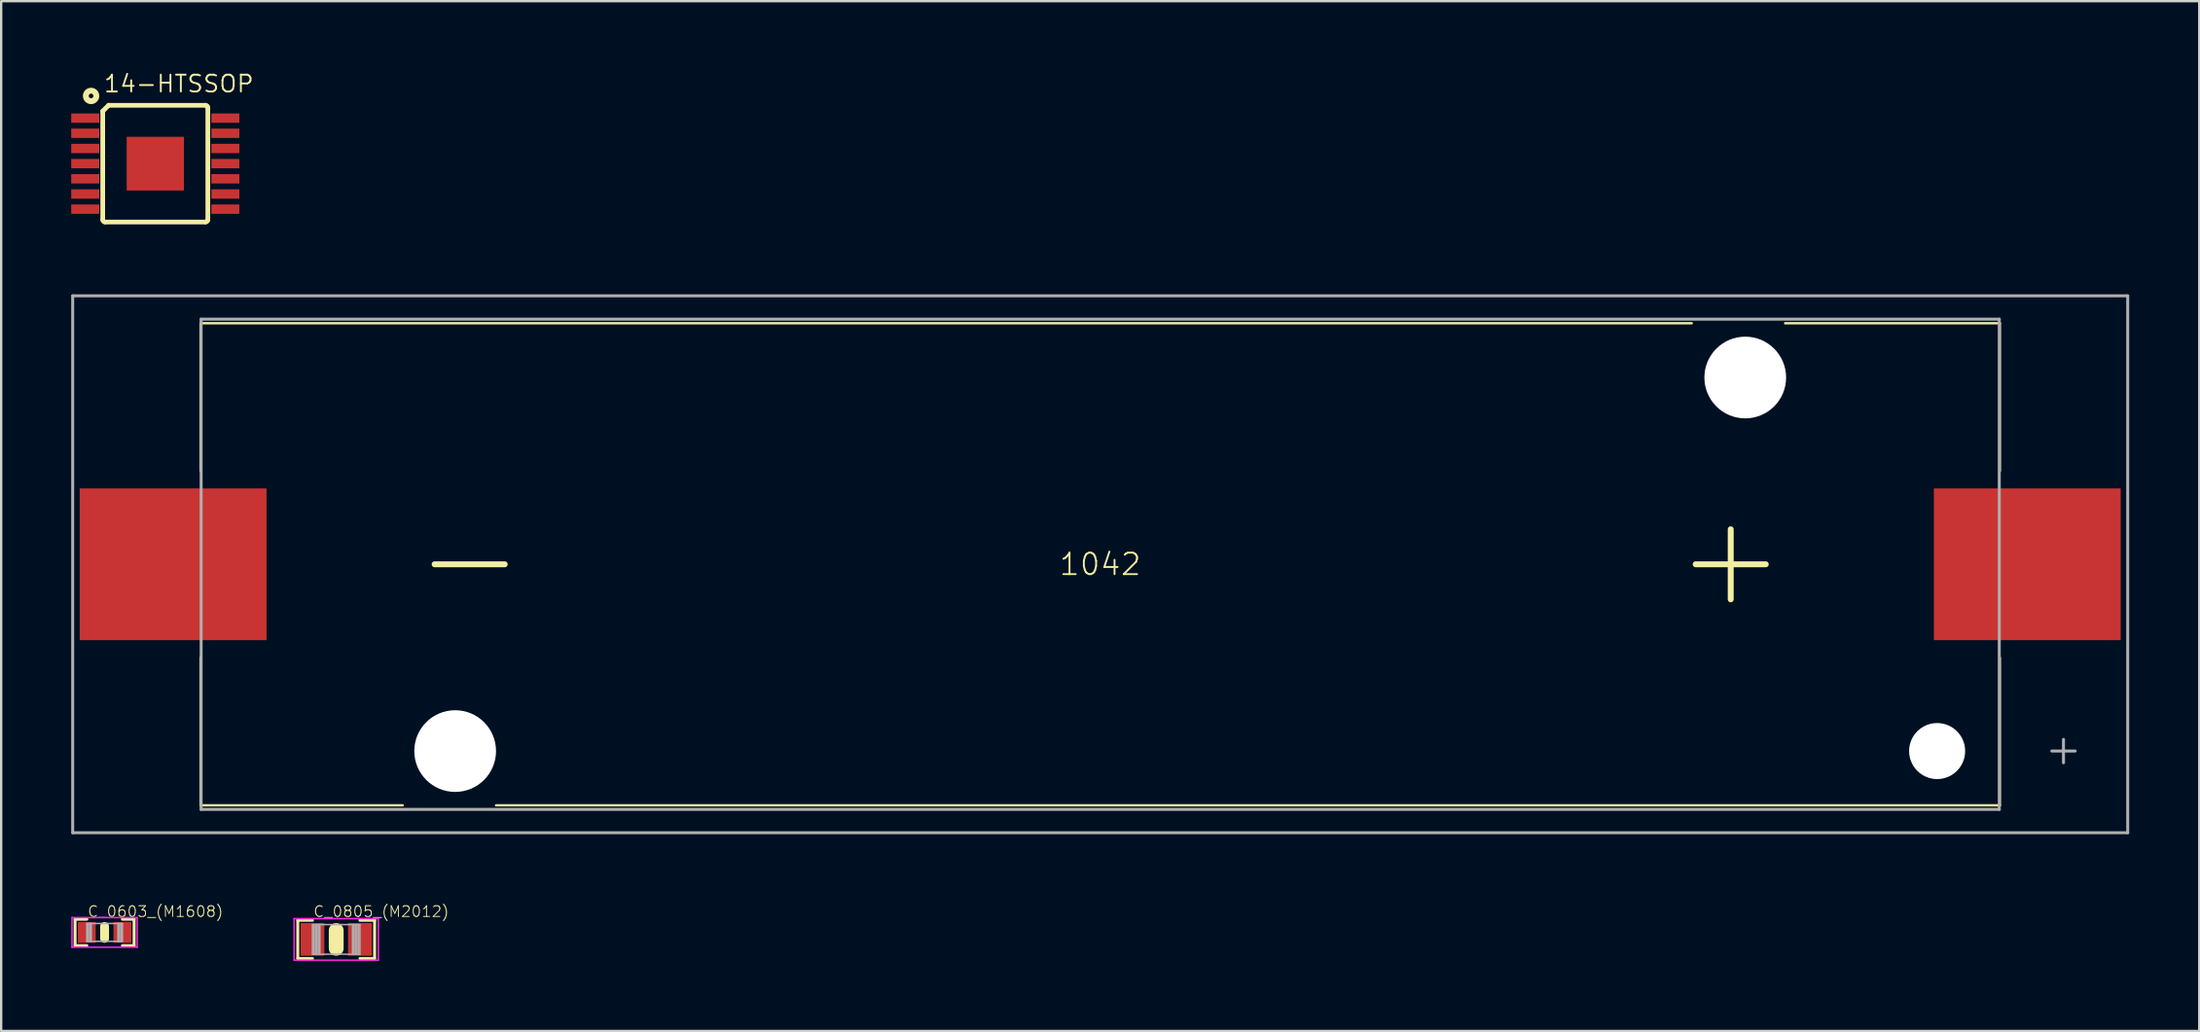
<source format=kicad_pcb>
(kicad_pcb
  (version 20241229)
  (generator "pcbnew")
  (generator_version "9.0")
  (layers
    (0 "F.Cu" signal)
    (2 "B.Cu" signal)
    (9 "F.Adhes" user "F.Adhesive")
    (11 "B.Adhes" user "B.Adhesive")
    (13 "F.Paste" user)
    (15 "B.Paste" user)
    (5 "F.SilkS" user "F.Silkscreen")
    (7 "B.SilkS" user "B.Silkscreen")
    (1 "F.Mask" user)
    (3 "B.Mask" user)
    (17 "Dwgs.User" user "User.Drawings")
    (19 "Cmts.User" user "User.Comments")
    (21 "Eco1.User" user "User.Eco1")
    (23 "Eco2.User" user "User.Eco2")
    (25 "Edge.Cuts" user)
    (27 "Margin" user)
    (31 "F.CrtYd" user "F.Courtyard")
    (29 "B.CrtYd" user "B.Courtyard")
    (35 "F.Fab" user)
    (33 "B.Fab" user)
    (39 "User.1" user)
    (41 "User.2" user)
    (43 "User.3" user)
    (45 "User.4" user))
  (footprint "C_0805_(M2012)"
    (layer "F.Cu")
    (at 11.347 37.192)
    (property "Reference" "C_0805_(M2012)" (at -1 -0.925 0) (layer "F.SilkS") (effects (font (size 0.46 0.46) (thickness 0.04)) (justify left bottom)))
    (fp_line (start -1.645 -0.819) (end -1.645 0.819) (stroke (width 0.127) (type solid)) (layer "F.SilkS"))
    (fp_line (start -1.645 0.819) (end -1.016 0.819) (stroke (width 0.127) (type solid)) (layer "F.SilkS"))
    (fp_line (start -1.016 -0.819) (end -1.645 -0.819) (stroke (width 0.127) (type solid)) (layer "F.SilkS"))
    (fp_line (start 0 -0.381) (end 0 0.381) (stroke (width 0.635) (type solid)) (layer "F.SilkS"))
    (fp_line (start 1.016 -0.819) (end 1.645 -0.819) (stroke (width 0.127) (type solid)) (layer "F.SilkS"))
    (fp_line (start 1.645 -0.819) (end 1.645 0.819) (stroke (width 0.127) (type solid)) (layer "F.SilkS"))
    (fp_line (start 1.645 0.819) (end 1.016 0.819) (stroke (width 0.127) (type solid)) (layer "F.SilkS"))
    (fp_line (start -1.803 -0.889) (end -1.803 0.889) (stroke (width 0.064) (type solid)) (layer "F.CrtYd"))
    (fp_line (start -1.803 0.889) (end 1.803 0.889) (stroke (width 0.064) (type solid)) (layer "F.CrtYd"))
    (fp_line (start 1.803 -0.889) (end -1.803 -0.889) (stroke (width 0.064) (type solid)) (layer "F.CrtYd"))
    (fp_line (start 1.803 0.889) (end 1.803 -0.889) (stroke (width 0.064) (type solid)) (layer "F.CrtYd"))
    (fp_line (start -1.016 -0.635) (end 1.016 -0.635) (stroke (width 0.064) (type solid)) (layer "F.Fab"))
    (fp_line (start -1.016 0.635) (end -1.016 -0.635) (stroke (width 0.064) (type solid)) (layer "F.Fab"))
    (fp_line (start -0.953 -0.635) (end -0.953 0.635) (stroke (width 0.064) (type solid)) (layer "F.Fab"))
    (fp_line (start -0.889 0.635) (end -0.889 -0.635) (stroke (width 0.064) (type solid)) (layer "F.Fab"))
    (fp_line (start -0.826 -0.635) (end -0.826 0.635) (stroke (width 0.064) (type solid)) (layer "F.Fab"))
    (fp_line (start -0.762 0.635) (end -0.762 -0.635) (stroke (width 0.064) (type solid)) (layer "F.Fab"))
    (fp_line (start -0.699 -0.635) (end -0.699 0.635) (stroke (width 0.064) (type solid)) (layer "F.Fab"))
    (fp_line (start 0.699 0.635) (end 0.699 -0.635) (stroke (width 0.064) (type solid)) (layer "F.Fab"))
    (fp_line (start 0.762 0.635) (end 0.762 -0.635) (stroke (width 0.064) (type solid)) (layer "F.Fab"))
    (fp_line (start 0.826 -0.635) (end 0.826 0.635) (stroke (width 0.064) (type solid)) (layer "F.Fab"))
    (fp_line (start 0.889 0.635) (end 0.889 -0.635) (stroke (width 0.064) (type solid)) (layer "F.Fab"))
    (fp_line (start 0.953 -0.635) (end 0.953 0.635) (stroke (width 0.064) (type solid)) (layer "F.Fab"))
    (fp_line (start 1.016 -0.635) (end 1.016 0.635) (stroke (width 0.064) (type solid)) (layer "F.Fab"))
    (fp_line (start 1.016 0.635) (end -1.016 0.635) (stroke (width 0.064) (type solid)) (layer "F.Fab"))
    (pad "P$1" smd rect (at -1.016 0) (size 1.016 1.397) (layers "F.Cu" "F.Mask" "F.Paste"))
    (pad "P$2" smd rect (at 1.016 0) (size 1.016 1.397) (layers "F.Cu" "F.Mask" "F.Paste")))
  (footprint "C_0603_(M1608)"
    (layer "F.Cu")
    (at 1.429 36.892)
    (property "Reference" "C_0603_(M1608)" (at -0.75 -0.625 0) (layer "F.SilkS") (effects (font (size 0.46 0.46) (thickness 0.04)) (justify left bottom)))
    (fp_line (start -1.264 -0.565) (end -1.264 0.565) (stroke (width 0.127) (type solid)) (layer "F.SilkS"))
    (fp_line (start -1.264 0.565) (end -0.762 0.565) (stroke (width 0.127) (type solid)) (layer "F.SilkS"))
    (fp_line (start -0.762 -0.565) (end -1.264 -0.565) (stroke (width 0.127) (type solid)) (layer "F.SilkS"))
    (fp_line (start 0 -0.254) (end 0 0.254) (stroke (width 0.381) (type solid)) (layer "F.SilkS"))
    (fp_line (start 0.762 0.565) (end 1.264 0.565) (stroke (width 0.127) (type solid)) (layer "F.SilkS"))
    (fp_line (start 1.264 -0.565) (end 0.762 -0.565) (stroke (width 0.127) (type solid)) (layer "F.SilkS"))
    (fp_line (start 1.264 0.565) (end 1.264 -0.565) (stroke (width 0.127) (type solid)) (layer "F.SilkS"))
    (fp_line (start -1.397 -0.635) (end -1.397 0.635) (stroke (width 0.064) (type solid)) (layer "F.CrtYd"))
    (fp_line (start -1.397 0.635) (end 1.397 0.635) (stroke (width 0.064) (type solid)) (layer "F.CrtYd"))
    (fp_line (start 1.397 -0.635) (end -1.397 -0.635) (stroke (width 0.064) (type solid)) (layer "F.CrtYd"))
    (fp_line (start 1.397 0.635) (end 1.397 -0.635) (stroke (width 0.064) (type solid)) (layer "F.CrtYd"))
    (fp_line (start -0.762 -0.381) (end -0.635 -0.381) (stroke (width 0.064) (type solid)) (layer "F.Fab"))
    (fp_line (start -0.762 0.381) (end -0.762 -0.381) (stroke (width 0.064) (type solid)) (layer "F.Fab"))
    (fp_line (start -0.699 -0.381) (end -0.699 0.381) (stroke (width 0.064) (type solid)) (layer "F.Fab"))
    (fp_line (start -0.635 -0.381) (end -0.635 0.381) (stroke (width 0.064) (type solid)) (layer "F.Fab"))
    (fp_line (start -0.635 -0.381) (end -0.572 -0.381) (stroke (width 0.064) (type solid)) (layer "F.Fab"))
    (fp_line (start -0.635 0.381) (end -0.762 0.381) (stroke (width 0.064) (type solid)) (layer "F.Fab"))
    (fp_line (start -0.572 -0.381) (end -0.572 0.381) (stroke (width 0.064) (type solid)) (layer "F.Fab"))
    (fp_line (start -0.572 -0.381) (end 0.572 -0.381) (stroke (width 0.064) (type solid)) (layer "F.Fab"))
    (fp_line (start -0.572 0.381) (end -0.635 0.381) (stroke (width 0.064) (type solid)) (layer "F.Fab"))
    (fp_line (start 0.572 -0.381) (end 0.572 0.381) (stroke (width 0.064) (type solid)) (layer "F.Fab"))
    (fp_line (start 0.572 -0.381) (end 0.635 -0.381) (stroke (width 0.064) (type solid)) (layer "F.Fab"))
    (fp_line (start 0.572 0.381) (end -0.572 0.381) (stroke (width 0.064) (type solid)) (layer "F.Fab"))
    (fp_line (start 0.635 -0.381) (end 0.635 0.381) (stroke (width 0.064) (type solid)) (layer "F.Fab"))
    (fp_line (start 0.635 -0.381) (end 0.699 -0.381) (stroke (width 0.064) (type solid)) (layer "F.Fab"))
    (fp_line (start 0.635 0.381) (end 0.572 0.381) (stroke (width 0.064) (type solid)) (layer "F.Fab"))
    (fp_line (start 0.699 -0.381) (end 0.699 0.381) (stroke (width 0.064) (type solid)) (layer "F.Fab"))
    (fp_line (start 0.699 -0.381) (end 0.762 -0.381) (stroke (width 0.064) (type solid)) (layer "F.Fab"))
    (fp_line (start 0.699 0.381) (end 0.635 0.381) (stroke (width 0.064) (type solid)) (layer "F.Fab"))
    (fp_line (start 0.762 -0.381) (end 0.762 0.381) (stroke (width 0.064) (type solid)) (layer "F.Fab"))
    (fp_line (start 0.762 0.381) (end 0.699 0.381) (stroke (width 0.064) (type solid)) (layer "F.Fab"))
    (pad "P$1" smd rect (at -0.762 0) (size 0.762 0.889) (layers "F.Cu" "F.Mask" "F.Paste"))
    (pad "P$2" smd rect (at 0.762 0) (size 0.762 0.889) (layers "F.Cu" "F.Mask" "F.Paste")))
  (footprint "14-HTSSOP"
    (layer "F.Cu")
    (at 3.6 3.96)
    (property "Reference" "14-HTSSOP" (at -2.25 -3 0) (layer "F.SilkS") (effects (font (size 0.72 0.72) (thickness 0.08)) (justify left bottom)))
    (fp_line (start -2.25 -2.25) (end -2 -2.5) (stroke (width 0.2) (type solid)) (layer "F.SilkS"))
    (fp_line (start -2.25 2.4) (end -2.25 -2.25) (stroke (width 0.2) (type solid)) (layer "F.SilkS"))
    (fp_line (start -2 -2.5) (end 2.15 -2.5) (stroke (width 0.2) (type solid)) (layer "F.SilkS"))
    (fp_line (start 2.15 2.5) (end -2.15 2.5) (stroke (width 0.2) (type solid)) (layer "F.SilkS"))
    (fp_line (start 2.25 -2.4) (end 2.25 2.4) (stroke (width 0.2) (type solid)) (layer "F.SilkS"))
    (fp_arc (start -2.15 2.5) (mid -2.220711 2.470711) (end -2.25 2.4) (stroke (width 0.2) (type solid)) (layer "F.SilkS"))
    (fp_arc (start 2.15 -2.5) (mid 2.220711 -2.470711) (end 2.25 -2.4) (stroke (width 0.2) (type solid)) (layer "F.SilkS"))
    (fp_arc (start 2.25 2.4) (mid 2.220711 2.470711) (end 2.15 2.5) (stroke (width 0.2) (type solid)) (layer "F.SilkS"))
    (fp_circle (center -2.75 -2.9) (end -2.65 -2.9) (stroke (width 0.25) (type solid)) (fill no) (layer "F.SilkS"))
    (pad "P1" smd rect (at -3 -1.95) (size 1.2 0.4) (layers "F.Cu" "F.Mask" "F.Paste"))
    (pad "P2" smd rect (at -3 -1.3) (size 1.2 0.4) (layers "F.Cu" "F.Mask" "F.Paste"))
    (pad "P3" smd rect (at -3 -0.65) (size 1.2 0.4) (layers "F.Cu" "F.Mask" "F.Paste"))
    (pad "P4" smd rect (at -3 0) (size 1.2 0.4) (layers "F.Cu" "F.Mask" "F.Paste"))
    (pad "P5" smd rect (at -3 0.65) (size 1.2 0.4) (layers "F.Cu" "F.Mask" "F.Paste"))
    (pad "P6" smd rect (at -3 1.3) (size 1.2 0.4) (layers "F.Cu" "F.Mask" "F.Paste"))
    (pad "P7" smd rect (at -3 1.95) (size 1.2 0.4) (layers "F.Cu" "F.Mask" "F.Paste"))
    (pad "P8" smd rect (at 3 1.95 180) (size 1.2 0.4) (layers "F.Cu" "F.Mask" "F.Paste"))
    (pad "P9" smd rect (at 3 1.3 180) (size 1.2 0.4) (layers "F.Cu" "F.Mask" "F.Paste"))
    (pad "P10" smd rect (at 3 0.65 180) (size 1.2 0.4) (layers "F.Cu" "F.Mask" "F.Paste"))
    (pad "P11" smd rect (at 3 0 180) (size 1.2 0.4) (layers "F.Cu" "F.Mask" "F.Paste"))
    (pad "P12" smd rect (at 3 -0.65 180) (size 1.2 0.4) (layers "F.Cu" "F.Mask" "F.Paste"))
    (pad "P13" smd rect (at 3 -1.3 180) (size 1.2 0.4) (layers "F.Cu" "F.Mask" "F.Paste"))
    (pad "P14" smd rect (at 3 -1.95 180) (size 1.2 0.4) (layers "F.Cu" "F.Mask" "F.Paste"))
    (pad "PPAD" smd rect (at 0 0 270) (size 2.3 2.45) (layers "F.Cu" "F.Mask" "F.Paste")))
  (footprint "1042"
    (layer "F.Cu")
    (at 44.063 21.123)
    (property "Reference" "1042" (at 0 0 0) (layer "F.SilkS") (effects (font (size 0.92 0.92) (thickness 0.08))))
    (fp_line (start -38.525 -10.325) (end -38.525 -4) (stroke (width 0.1) (type solid)) (layer "F.SilkS"))
    (fp_line (start -38.525 4) (end -38.525 10.325) (stroke (width 0.1) (type solid)) (layer "F.SilkS"))
    (fp_line (start -38.525 10.325) (end -29.87 10.325) (stroke (width 0.1) (type solid)) (layer "F.SilkS"))
    (fp_line (start -28.5 0) (end -25.5 0) (stroke (width 0.254) (type solid)) (layer "F.SilkS"))
    (fp_line (start 25.33 -10.325) (end -38.525 -10.325) (stroke (width 0.1) (type solid)) (layer "F.SilkS"))
    (fp_line (start 27 -1.5) (end 27 1.5) (stroke (width 0.254) (type solid)) (layer "F.SilkS"))
    (fp_line (start 28.5 0) (end 25.5 0) (stroke (width 0.254) (type solid)) (layer "F.SilkS"))
    (fp_line (start 29.33 -10.325) (end 38.525 -10.325) (stroke (width 0.1) (type solid)) (layer "F.SilkS"))
    (fp_line (start 38.525 -10.325) (end 38.525 -4) (stroke (width 0.1) (type solid)) (layer "F.SilkS"))
    (fp_line (start 38.525 4) (end 38.525 10.325) (stroke (width 0.1) (type solid)) (layer "F.SilkS"))
    (fp_line (start 38.525 10.325) (end -25.87 10.325) (stroke (width 0.1) (type solid)) (layer "F.SilkS"))
    (fp_line (start -44 -11.5) (end 44 -11.5) (stroke (width 0.127) (type solid)) (layer "F.Fab"))
    (fp_line (start -44 11.5) (end -44 -11.5) (stroke (width 0.127) (type solid)) (layer "F.Fab"))
    (fp_line (start -38.5 -10.5) (end -38.5 10.5) (stroke (width 0.127) (type solid)) (layer "F.Fab"))
    (fp_line (start -38.5 -10.5) (end 38.5 -10.5) (stroke (width 0.127) (type solid)) (layer "F.Fab"))
    (fp_line (start 38.5 10.5) (end -38.5 10.5) (stroke (width 0.127) (type solid)) (layer "F.Fab"))
    (fp_line (start 38.5 10.5) (end 38.5 -10.5) (stroke (width 0.127) (type solid)) (layer "F.Fab"))
    (fp_line (start 40.75 8) (end 41.75 8) (stroke (width 0.127) (type solid)) (layer "F.Fab"))
    (fp_line (start 41.25 7.5) (end 41.25 8.5) (stroke (width 0.127) (type solid)) (layer "F.Fab"))
    (fp_line (start 44 -11.5) (end 44 11.5) (stroke (width 0.127) (type solid)) (layer "F.Fab"))
    (fp_line (start 44 11.5) (end -44 11.5) (stroke (width 0.127) (type solid)) (layer "F.Fab"))
    (pad "" np_thru_hole circle (at -27.622 8.001) (size 3.5 3.5) (drill 3.5) (layers "*.Cu" "*.Mask"))
    (pad "" np_thru_hole circle (at 27.622 -8.001) (size 3.5 3.5) (drill 3.5) (layers "*.Cu" "*.Mask"))
    (pad "" np_thru_hole circle (at 35.839 8.001) (size 2.4 2.4) (drill 2.4) (layers "*.Cu" "*.Mask"))
    (pad "NEG" smd rect (at -39.7 0) (size 8 6.5) (layers "F.Cu" "F.Mask" "F.Paste"))
    (pad "POS" smd rect (at 39.7 0) (size 8 6.5) (layers "F.Cu" "F.Mask" "F.Paste")))
  (gr_rect
    (start -3 -3)
    (end 91.127 41.113)
    (stroke (width 0.1) (type default))
    (fill no)
    (layer "Edge.Cuts")))
</source>
